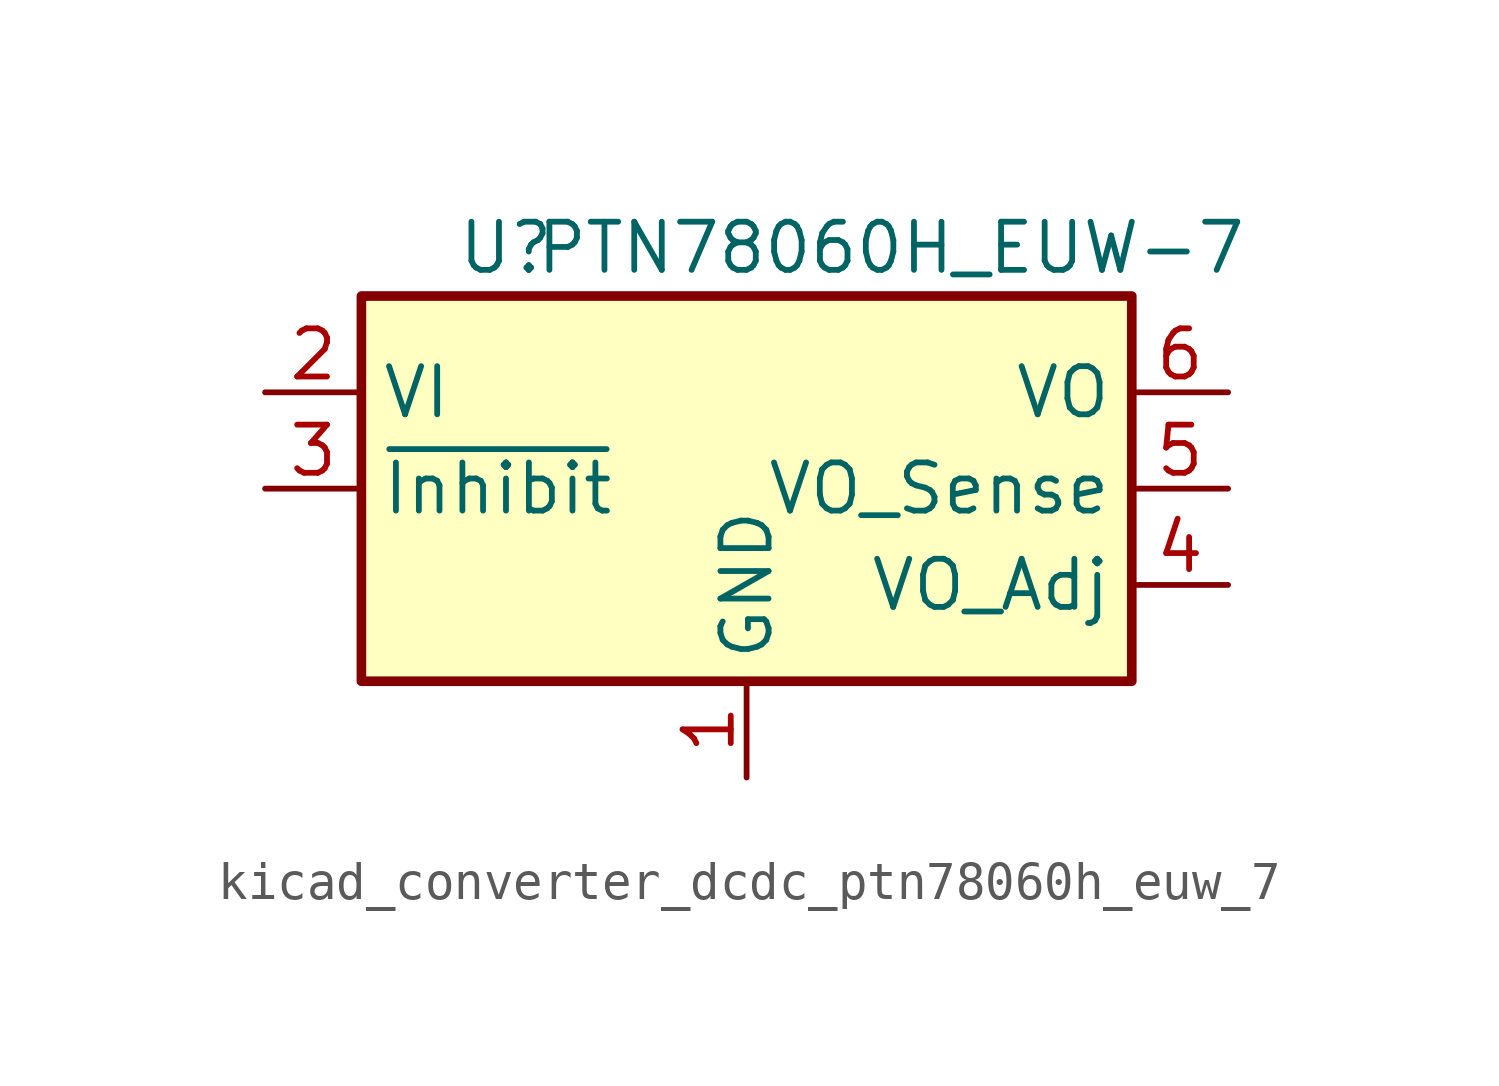
<source format=kicad_sym>
(kicad_symbol_lib
  (version 20220914)
  (generator kicad_symbol_editor)
  (symbol "kicad_converter_dcdc_ptn78060h_euw_7"
    (property "Reference" "U"
      (at -6.35 6.35 0)
      (effects (font (size 1.27 1.27))))
    (property "Value" "PTN78060H_EUW-7"
      (at 3.81 6.35 0)
      (effects (font (size 1.27 1.27))))
    (symbol "kicad_converter_dcdc_ptn78060h_euw_7_0_1"
      (rectangle (start -10.16 5.08) (end 10.16 -5.08) (stroke (width 0.254) (type default)) (fill (type background))))
    (symbol "kicad_converter_dcdc_ptn78060h_euw_7_1_1"
      (pin power_in line (at 0 -7.62 90) (length 2.54) (name "GND" (effects (font (size 1.27 1.27)))) (number "1" (effects (font (size 1.27 1.27)))))
      (pin power_in line (at -12.7 2.54 0) (length 2.54) (name "VI" (effects (font (size 1.27 1.27)))) (number "2" (effects (font (size 1.27 1.27)))))
      (pin input line (at -12.7 0 0) (length 2.54) (name "~{Inhibit}" (effects (font (size 1.27 1.27)))) (number "3" (effects (font (size 1.27 1.27)))))
      (pin input line (at 12.7 -2.54 180) (length 2.54) (name "VO_Adj" (effects (font (size 1.27 1.27)))) (number "4" (effects (font (size 1.27 1.27)))))
      (pin power_out line (at 12.7 0 180) (length 2.54) (name "VO_Sense" (effects (font (size 1.27 1.27)))) (number "5" (effects (font (size 1.27 1.27)))))
      (pin power_out line (at 12.7 2.54 180) (length 2.54) (name "VO" (effects (font (size 1.27 1.27)))) (number "6" (effects (font (size 1.27 1.27)))))
      (pin passive line (at 0 -7.62 90) (length 2.54) hide (name "GND" (effects (font (size 1.27 1.27)))) (number "7" (effects (font (size 1.27 1.27))))))))
</source>
